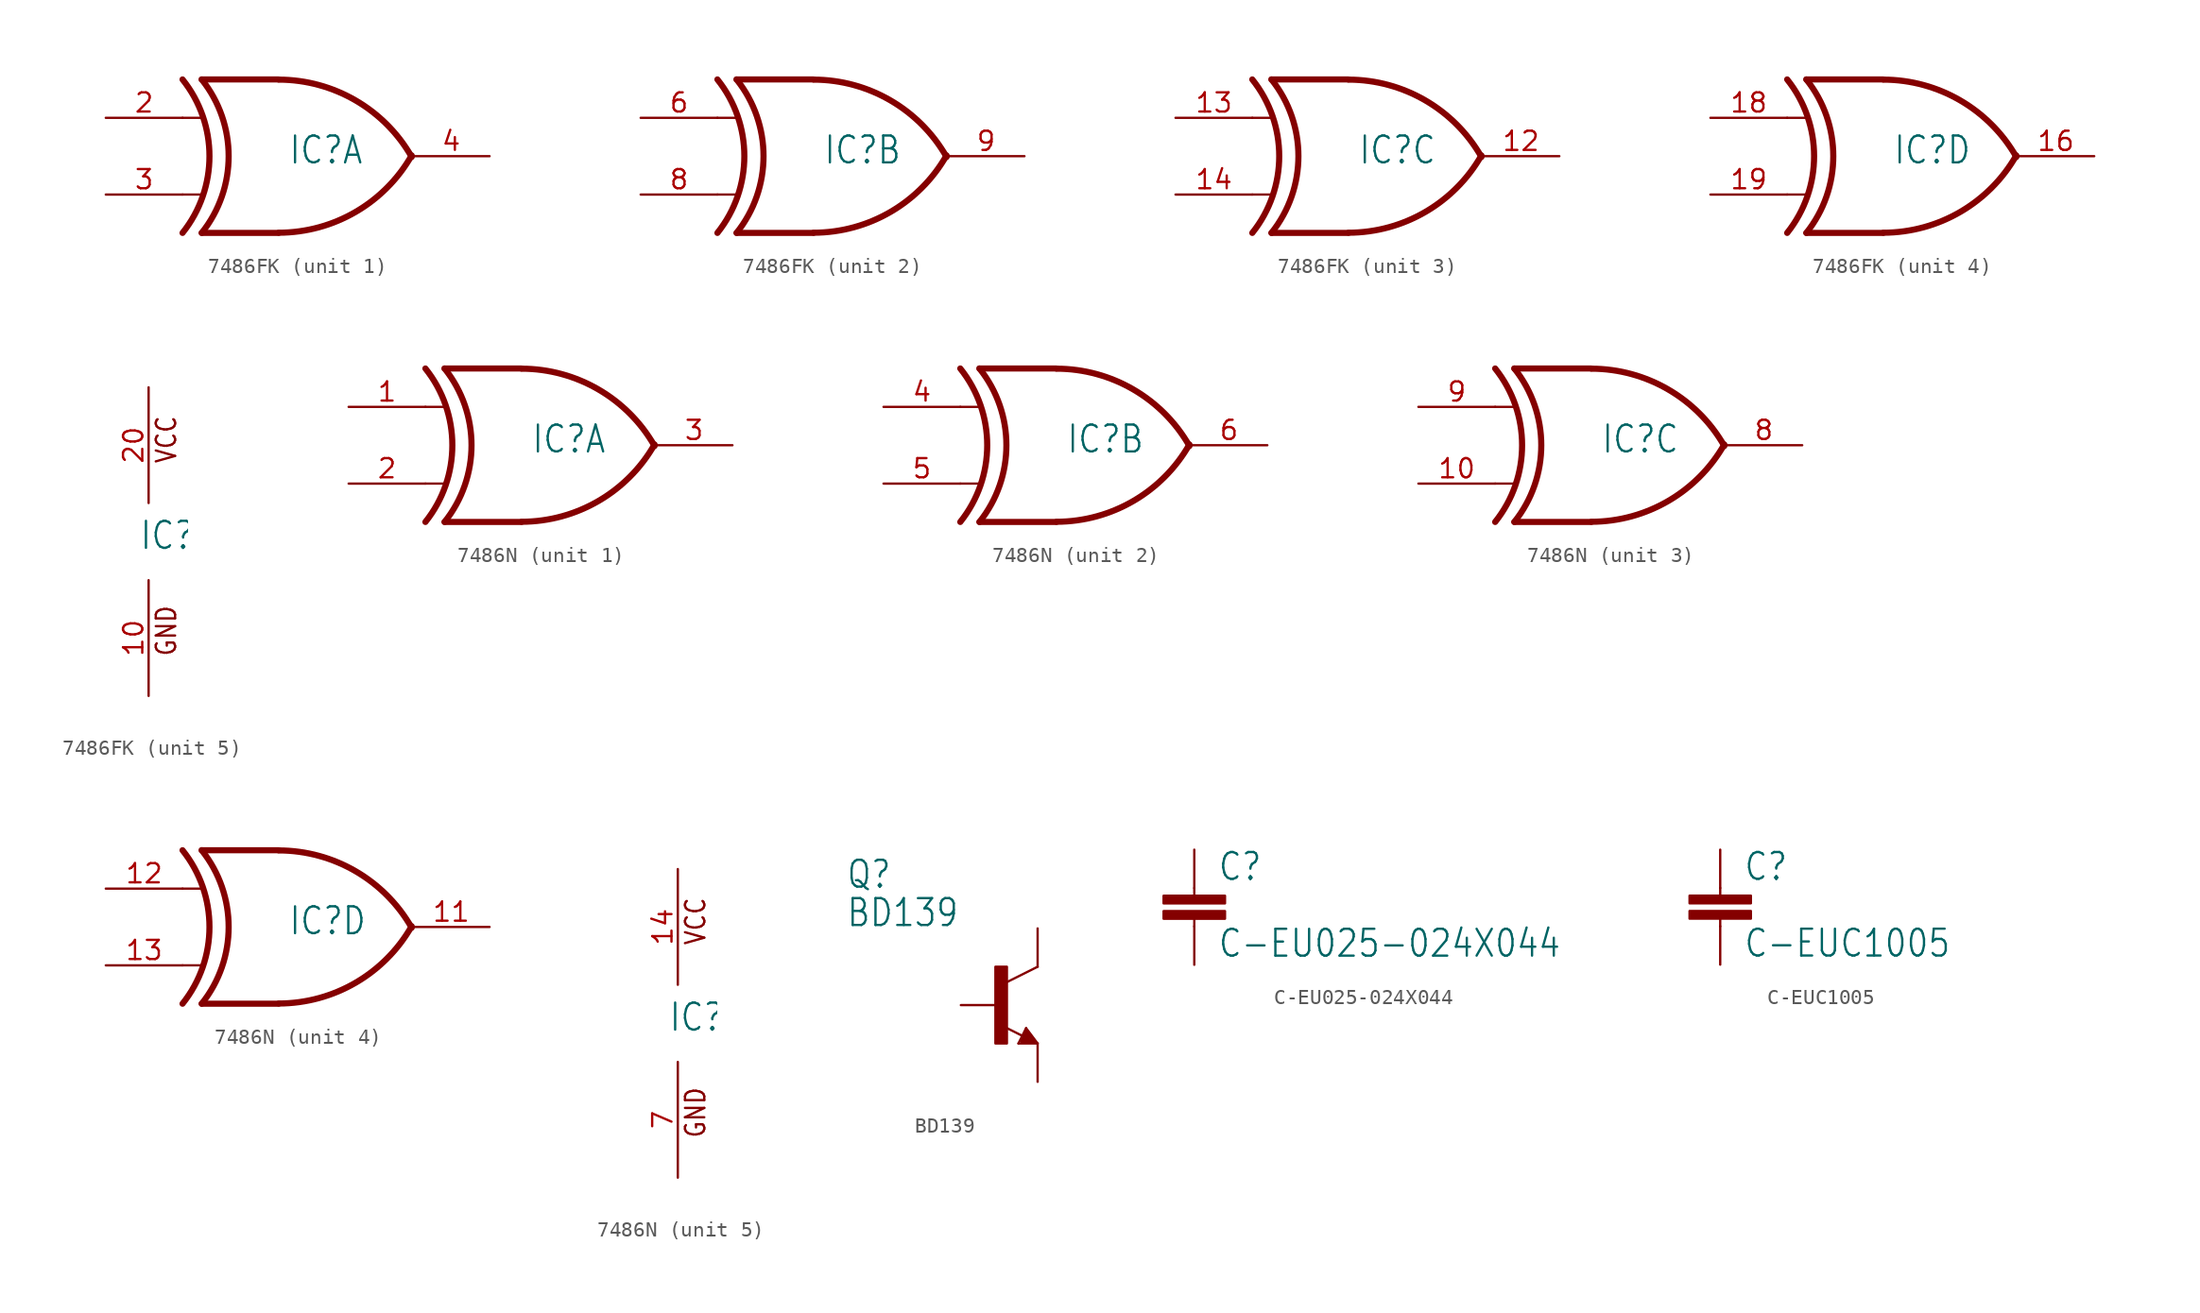
<source format=kicad_sym>
(kicad_symbol_lib
  (version 20220914)
  (generator kicad_symbol_editor)
  (symbol "7486FK"
    (property "Reference" "IC"
      (at -0.635 -0.635 0)
      (effects (font (size 1.778 1.511)) (justify left bottom)))
    (property "ki_locked" ""
      (at 0 0 0)
      (effects (font (size 1.27 1.27))))
    (symbol "7486FK_1_0"
      (arc (start -7.62 -5.08) (mid -5.838 0) (end -7.62 5.08) (stroke (width 0.4064) (type default)) (fill (type none)))
      (arc (start -6.35 -5.08) (mid -4.568 0) (end -6.35 5.08) (stroke (width 0.4064) (type default)) (fill (type none)))
      (arc (start -1.2446 -5.0678) (mid 3.8372 -3.689) (end 7.5439 0.0507) (stroke (width 0.4064) (type default)) (fill (type none)))
      (polyline (pts (xy -7.62 -2.54) (xy -6.35 -2.54)) (stroke (width 0.152) (type default)) (fill (type none)))
      (polyline (pts (xy -7.62 2.54) (xy -6.35 2.54)) (stroke (width 0.152) (type default)) (fill (type none)))
      (polyline (pts (xy -1.27 -5.08) (xy -6.35 -5.08)) (stroke (width 0.406) (type default)) (fill (type none)))
      (polyline (pts (xy -1.27 5.08) (xy -6.35 5.08)) (stroke (width 0.406) (type default)) (fill (type none)))
      (arc (start 7.5442 -0.0505) (mid 3.8373 3.6892) (end -1.2446 5.0678) (stroke (width 0.4064) (type default)) (fill (type none)))
      (pin input line (at -12.7 2.54 0) (length 5.08) (name "I0" (effects (font (size 0 0)))) (number "2" (effects (font (size 1.27 1.27)))))
      (pin input line (at -12.7 -2.54 0) (length 5.08) (name "I1" (effects (font (size 0 0)))) (number "3" (effects (font (size 1.27 1.27)))))
      (pin output line (at 12.7 0 180) (length 5.08) (name "O" (effects (font (size 0 0)))) (number "4" (effects (font (size 1.27 1.27))))))
    (symbol "7486FK_2_0"
      (arc (start -7.62 -5.08) (mid -5.838 0) (end -7.62 5.08) (stroke (width 0.4064) (type default)) (fill (type none)))
      (arc (start -6.35 -5.08) (mid -4.568 0) (end -6.35 5.08) (stroke (width 0.4064) (type default)) (fill (type none)))
      (arc (start -1.2446 -5.0678) (mid 3.8372 -3.689) (end 7.5439 0.0507) (stroke (width 0.4064) (type default)) (fill (type none)))
      (polyline (pts (xy -7.62 -2.54) (xy -6.35 -2.54)) (stroke (width 0.152) (type default)) (fill (type none)))
      (polyline (pts (xy -7.62 2.54) (xy -6.35 2.54)) (stroke (width 0.152) (type default)) (fill (type none)))
      (polyline (pts (xy -1.27 -5.08) (xy -6.35 -5.08)) (stroke (width 0.406) (type default)) (fill (type none)))
      (polyline (pts (xy -1.27 5.08) (xy -6.35 5.08)) (stroke (width 0.406) (type default)) (fill (type none)))
      (arc (start 7.5442 -0.0505) (mid 3.8373 3.6892) (end -1.2446 5.0678) (stroke (width 0.4064) (type default)) (fill (type none)))
      (pin input line (at -12.7 2.54 0) (length 5.08) (name "I0" (effects (font (size 0 0)))) (number "6" (effects (font (size 1.27 1.27)))))
      (pin input line (at -12.7 -2.54 0) (length 5.08) (name "I1" (effects (font (size 0 0)))) (number "8" (effects (font (size 1.27 1.27)))))
      (pin output line (at 12.7 0 180) (length 5.08) (name "O" (effects (font (size 0 0)))) (number "9" (effects (font (size 1.27 1.27))))))
    (symbol "7486FK_3_0"
      (arc (start -7.62 -5.08) (mid -5.838 0) (end -7.62 5.08) (stroke (width 0.4064) (type default)) (fill (type none)))
      (arc (start -6.35 -5.08) (mid -4.568 0) (end -6.35 5.08) (stroke (width 0.4064) (type default)) (fill (type none)))
      (arc (start -1.2446 -5.0678) (mid 3.8372 -3.689) (end 7.5439 0.0507) (stroke (width 0.4064) (type default)) (fill (type none)))
      (polyline (pts (xy -7.62 -2.54) (xy -6.35 -2.54)) (stroke (width 0.152) (type default)) (fill (type none)))
      (polyline (pts (xy -7.62 2.54) (xy -6.35 2.54)) (stroke (width 0.152) (type default)) (fill (type none)))
      (polyline (pts (xy -1.27 -5.08) (xy -6.35 -5.08)) (stroke (width 0.406) (type default)) (fill (type none)))
      (polyline (pts (xy -1.27 5.08) (xy -6.35 5.08)) (stroke (width 0.406) (type default)) (fill (type none)))
      (arc (start 7.5442 -0.0505) (mid 3.8373 3.6892) (end -1.2446 5.0678) (stroke (width 0.4064) (type default)) (fill (type none)))
      (pin output line (at 12.7 0 180) (length 5.08) (name "O" (effects (font (size 0 0)))) (number "12" (effects (font (size 1.27 1.27)))))
      (pin input line (at -12.7 2.54 0) (length 5.08) (name "I0" (effects (font (size 0 0)))) (number "13" (effects (font (size 1.27 1.27)))))
      (pin input line (at -12.7 -2.54 0) (length 5.08) (name "I1" (effects (font (size 0 0)))) (number "14" (effects (font (size 1.27 1.27))))))
    (symbol "7486FK_4_0"
      (arc (start -7.62 -5.08) (mid -5.838 0) (end -7.62 5.08) (stroke (width 0.4064) (type default)) (fill (type none)))
      (arc (start -6.35 -5.08) (mid -4.568 0) (end -6.35 5.08) (stroke (width 0.4064) (type default)) (fill (type none)))
      (arc (start -1.2446 -5.0678) (mid 3.8372 -3.689) (end 7.5439 0.0507) (stroke (width 0.4064) (type default)) (fill (type none)))
      (polyline (pts (xy -7.62 -2.54) (xy -6.35 -2.54)) (stroke (width 0.152) (type default)) (fill (type none)))
      (polyline (pts (xy -7.62 2.54) (xy -6.35 2.54)) (stroke (width 0.152) (type default)) (fill (type none)))
      (polyline (pts (xy -1.27 -5.08) (xy -6.35 -5.08)) (stroke (width 0.406) (type default)) (fill (type none)))
      (polyline (pts (xy -1.27 5.08) (xy -6.35 5.08)) (stroke (width 0.406) (type default)) (fill (type none)))
      (arc (start 7.5442 -0.0505) (mid 3.8373 3.6892) (end -1.2446 5.0678) (stroke (width 0.4064) (type default)) (fill (type none)))
      (pin output line (at 12.7 0 180) (length 5.08) (name "O" (effects (font (size 0 0)))) (number "16" (effects (font (size 1.27 1.27)))))
      (pin input line (at -12.7 2.54 0) (length 5.08) (name "I0" (effects (font (size 0 0)))) (number "18" (effects (font (size 1.27 1.27)))))
      (pin input line (at -12.7 -2.54 0) (length 5.08) (name "I1" (effects (font (size 0 0)))) (number "19" (effects (font (size 1.27 1.27))))))
    (symbol "7486FK_5_0"
      (text "GND" (at 1.905 -7.62 900) (effects (font (size 1.27 1.079)) (justify left bottom)))
      (text "VCC" (at 1.905 5.08 900) (effects (font (size 1.27 1.079)) (justify left bottom)))
      (pin power_in line (at 0 -10.16 90) (length 7.62) (name "GND" (effects (font (size 0 0)))) (number "10" (effects (font (size 1.27 1.27)))))
      (pin power_in line (at 0 10.16 270) (length 7.62) (name "VCC" (effects (font (size 0 0)))) (number "20" (effects (font (size 1.27 1.27)))))))
  (symbol "7486N"
    (property "Reference" "IC"
      (at -0.635 -0.635 0)
      (effects (font (size 1.778 1.511)) (justify left bottom)))
    (property "ki_locked" ""
      (at 0 0 0)
      (effects (font (size 1.27 1.27))))
    (symbol "7486N_1_0"
      (arc (start -7.62 -5.08) (mid -5.838 0) (end -7.62 5.08) (stroke (width 0.4064) (type default)) (fill (type none)))
      (arc (start -6.35 -5.08) (mid -4.568 0) (end -6.35 5.08) (stroke (width 0.4064) (type default)) (fill (type none)))
      (arc (start -1.2446 -5.0678) (mid 3.8372 -3.689) (end 7.5439 0.0507) (stroke (width 0.4064) (type default)) (fill (type none)))
      (polyline (pts (xy -7.62 -2.54) (xy -6.35 -2.54)) (stroke (width 0.152) (type default)) (fill (type none)))
      (polyline (pts (xy -7.62 2.54) (xy -6.35 2.54)) (stroke (width 0.152) (type default)) (fill (type none)))
      (polyline (pts (xy -1.27 -5.08) (xy -6.35 -5.08)) (stroke (width 0.406) (type default)) (fill (type none)))
      (polyline (pts (xy -1.27 5.08) (xy -6.35 5.08)) (stroke (width 0.406) (type default)) (fill (type none)))
      (arc (start 7.5442 -0.0505) (mid 3.8373 3.6892) (end -1.2446 5.0678) (stroke (width 0.4064) (type default)) (fill (type none)))
      (pin input line (at -12.7 2.54 0) (length 5.08) (name "I0" (effects (font (size 0 0)))) (number "1" (effects (font (size 1.27 1.27)))))
      (pin input line (at -12.7 -2.54 0) (length 5.08) (name "I1" (effects (font (size 0 0)))) (number "2" (effects (font (size 1.27 1.27)))))
      (pin output line (at 12.7 0 180) (length 5.08) (name "O" (effects (font (size 0 0)))) (number "3" (effects (font (size 1.27 1.27))))))
    (symbol "7486N_2_0"
      (arc (start -7.62 -5.08) (mid -5.838 0) (end -7.62 5.08) (stroke (width 0.4064) (type default)) (fill (type none)))
      (arc (start -6.35 -5.08) (mid -4.568 0) (end -6.35 5.08) (stroke (width 0.4064) (type default)) (fill (type none)))
      (arc (start -1.2446 -5.0678) (mid 3.8372 -3.689) (end 7.5439 0.0507) (stroke (width 0.4064) (type default)) (fill (type none)))
      (polyline (pts (xy -7.62 -2.54) (xy -6.35 -2.54)) (stroke (width 0.152) (type default)) (fill (type none)))
      (polyline (pts (xy -7.62 2.54) (xy -6.35 2.54)) (stroke (width 0.152) (type default)) (fill (type none)))
      (polyline (pts (xy -1.27 -5.08) (xy -6.35 -5.08)) (stroke (width 0.406) (type default)) (fill (type none)))
      (polyline (pts (xy -1.27 5.08) (xy -6.35 5.08)) (stroke (width 0.406) (type default)) (fill (type none)))
      (arc (start 7.5442 -0.0505) (mid 3.8373 3.6892) (end -1.2446 5.0678) (stroke (width 0.4064) (type default)) (fill (type none)))
      (pin input line (at -12.7 2.54 0) (length 5.08) (name "I0" (effects (font (size 0 0)))) (number "4" (effects (font (size 1.27 1.27)))))
      (pin input line (at -12.7 -2.54 0) (length 5.08) (name "I1" (effects (font (size 0 0)))) (number "5" (effects (font (size 1.27 1.27)))))
      (pin output line (at 12.7 0 180) (length 5.08) (name "O" (effects (font (size 0 0)))) (number "6" (effects (font (size 1.27 1.27))))))
    (symbol "7486N_3_0"
      (arc (start -7.62 -5.08) (mid -5.838 0) (end -7.62 5.08) (stroke (width 0.4064) (type default)) (fill (type none)))
      (arc (start -6.35 -5.08) (mid -4.568 0) (end -6.35 5.08) (stroke (width 0.4064) (type default)) (fill (type none)))
      (arc (start -1.2446 -5.0678) (mid 3.8372 -3.689) (end 7.5439 0.0507) (stroke (width 0.4064) (type default)) (fill (type none)))
      (polyline (pts (xy -7.62 -2.54) (xy -6.35 -2.54)) (stroke (width 0.152) (type default)) (fill (type none)))
      (polyline (pts (xy -7.62 2.54) (xy -6.35 2.54)) (stroke (width 0.152) (type default)) (fill (type none)))
      (polyline (pts (xy -1.27 -5.08) (xy -6.35 -5.08)) (stroke (width 0.406) (type default)) (fill (type none)))
      (polyline (pts (xy -1.27 5.08) (xy -6.35 5.08)) (stroke (width 0.406) (type default)) (fill (type none)))
      (arc (start 7.5442 -0.0505) (mid 3.8373 3.6892) (end -1.2446 5.0678) (stroke (width 0.4064) (type default)) (fill (type none)))
      (pin input line (at -12.7 -2.54 0) (length 5.08) (name "I1" (effects (font (size 0 0)))) (number "10" (effects (font (size 1.27 1.27)))))
      (pin output line (at 12.7 0 180) (length 5.08) (name "O" (effects (font (size 0 0)))) (number "8" (effects (font (size 1.27 1.27)))))
      (pin input line (at -12.7 2.54 0) (length 5.08) (name "I0" (effects (font (size 0 0)))) (number "9" (effects (font (size 1.27 1.27))))))
    (symbol "7486N_4_0"
      (arc (start -7.62 -5.08) (mid -5.838 0) (end -7.62 5.08) (stroke (width 0.4064) (type default)) (fill (type none)))
      (arc (start -6.35 -5.08) (mid -4.568 0) (end -6.35 5.08) (stroke (width 0.4064) (type default)) (fill (type none)))
      (arc (start -1.2446 -5.0678) (mid 3.8372 -3.689) (end 7.5439 0.0507) (stroke (width 0.4064) (type default)) (fill (type none)))
      (polyline (pts (xy -7.62 -2.54) (xy -6.35 -2.54)) (stroke (width 0.152) (type default)) (fill (type none)))
      (polyline (pts (xy -7.62 2.54) (xy -6.35 2.54)) (stroke (width 0.152) (type default)) (fill (type none)))
      (polyline (pts (xy -1.27 -5.08) (xy -6.35 -5.08)) (stroke (width 0.406) (type default)) (fill (type none)))
      (polyline (pts (xy -1.27 5.08) (xy -6.35 5.08)) (stroke (width 0.406) (type default)) (fill (type none)))
      (arc (start 7.5442 -0.0505) (mid 3.8373 3.6892) (end -1.2446 5.0678) (stroke (width 0.4064) (type default)) (fill (type none)))
      (pin output line (at 12.7 0 180) (length 5.08) (name "O" (effects (font (size 0 0)))) (number "11" (effects (font (size 1.27 1.27)))))
      (pin input line (at -12.7 2.54 0) (length 5.08) (name "I0" (effects (font (size 0 0)))) (number "12" (effects (font (size 1.27 1.27)))))
      (pin input line (at -12.7 -2.54 0) (length 5.08) (name "I1" (effects (font (size 0 0)))) (number "13" (effects (font (size 1.27 1.27))))))
    (symbol "7486N_5_0"
      (text "GND" (at 1.905 -7.62 900) (effects (font (size 1.27 1.079)) (justify left bottom)))
      (text "VCC" (at 1.905 5.08 900) (effects (font (size 1.27 1.079)) (justify left bottom)))
      (pin power_in line (at 0 10.16 270) (length 7.62) (name "VCC" (effects (font (size 0 0)))) (number "14" (effects (font (size 1.27 1.27)))))
      (pin power_in line (at 0 -10.16 90) (length 7.62) (name "GND" (effects (font (size 0 0)))) (number "7" (effects (font (size 1.27 1.27)))))))
  (symbol "BD139"
    (property "Reference" "Q"
      (at -10.16 7.62 0)
      (effects (font (size 1.778 1.511)) (justify left bottom)))
    (property "Value" "BD139"
      (at -10.16 5.08 0)
      (effects (font (size 1.778 1.511)) (justify left bottom)))
    (symbol "BD139_1_0"
      (rectangle (start -0.254 -2.54) (end 0.508 2.54) (stroke (width 0) (type default)) (fill (type outline)))
      (polyline (pts (xy 1.27 -2.54) (xy 1.778 -1.524)) (stroke (width 0.152) (type default)) (fill (type none)))
      (polyline (pts (xy 1.524 -2.413) (xy 2.286 -2.413)) (stroke (width 0.254) (type default)) (fill (type none)))
      (polyline (pts (xy 1.524 -2.286) (xy 1.905 -2.286)) (stroke (width 0.254) (type default)) (fill (type none)))
      (polyline (pts (xy 1.54 -2.04) (xy 0.308 -1.424)) (stroke (width 0.152) (type default)) (fill (type none)))
      (polyline (pts (xy 1.778 -1.778) (xy 1.524 -2.286)) (stroke (width 0.254) (type default)) (fill (type none)))
      (polyline (pts (xy 1.778 -1.524) (xy 2.54 -2.54)) (stroke (width 0.152) (type default)) (fill (type none)))
      (polyline (pts (xy 1.905 -2.286) (xy 1.778 -2.032)) (stroke (width 0.254) (type default)) (fill (type none)))
      (polyline (pts (xy 2.286 -2.413) (xy 1.778 -1.778)) (stroke (width 0.254) (type default)) (fill (type none)))
      (polyline (pts (xy 2.54 -2.54) (xy 1.27 -2.54)) (stroke (width 0.152) (type default)) (fill (type none)))
      (polyline (pts (xy 2.54 2.54) (xy 0.508 1.524)) (stroke (width 0.152) (type default)) (fill (type none)))
      (pin passive line (at 2.54 -5.08 90) (length 2.54) (name "E" (effects (font (size 0 0)))) (number "1" (effects (font (size 0 0)))))
      (pin passive line (at 2.54 5.08 270) (length 2.54) (name "C" (effects (font (size 0 0)))) (number "2" (effects (font (size 0 0)))))
      (pin passive line (at -2.54 0 0) (length 2.54) (name "B" (effects (font (size 0 0)))) (number "3" (effects (font (size 0 0)))))))
  (symbol "C-EU025-024X044"
    (property "Reference" "C"
      (at 1.524 0.381 0)
      (effects (font (size 1.778 1.511)) (justify left bottom)))
    (property "Value" "C-EU025-024X044"
      (at 1.524 -4.699 0)
      (effects (font (size 1.778 1.511)) (justify left bottom)))
    (property "ki_locked" ""
      (at 0 0 0)
      (effects (font (size 1.27 1.27))))
    (symbol "C-EU025-024X044_1_0"
      (rectangle (start -2.032 -2.032) (end 2.032 -1.524) (stroke (width 0) (type default)) (fill (type outline)))
      (rectangle (start -2.032 -1.016) (end 2.032 -0.508) (stroke (width 0) (type default)) (fill (type outline)))
      (polyline (pts (xy 0 -2.54) (xy 0 -2.032)) (stroke (width 0.152) (type default)) (fill (type none)))
      (polyline (pts (xy 0 0) (xy 0 -0.508)) (stroke (width 0.152) (type default)) (fill (type none)))
      (pin passive line (at 0 2.54 270) (length 2.54) (name "+" (effects (font (size 0 0)))) (number "+" (effects (font (size 0 0)))))
      (pin passive line (at 0 -5.08 90) (length 2.54) (name "-" (effects (font (size 0 0)))) (number "-" (effects (font (size 0 0)))))))
  (symbol "C-EUC1005"
    (property "Reference" "C"
      (at 1.524 0.381 0)
      (effects (font (size 1.778 1.511)) (justify left bottom)))
    (property "Value" "C-EUC1005"
      (at 1.524 -4.699 0)
      (effects (font (size 1.778 1.511)) (justify left bottom)))
    (property "ki_locked" ""
      (at 0 0 0)
      (effects (font (size 1.27 1.27))))
    (symbol "C-EUC1005_1_0"
      (rectangle (start -2.032 -2.032) (end 2.032 -1.524) (stroke (width 0) (type default)) (fill (type outline)))
      (rectangle (start -2.032 -1.016) (end 2.032 -0.508) (stroke (width 0) (type default)) (fill (type outline)))
      (polyline (pts (xy 0 -2.54) (xy 0 -2.032)) (stroke (width 0.152) (type default)) (fill (type none)))
      (polyline (pts (xy 0 0) (xy 0 -0.508)) (stroke (width 0.152) (type default)) (fill (type none)))
      (pin passive line (at 0 2.54 270) (length 2.54) (name "1" (effects (font (size 0 0)))) (number "1" (effects (font (size 0 0)))))
      (pin passive line (at 0 -5.08 90) (length 2.54) (name "2" (effects (font (size 0 0)))) (number "2" (effects (font (size 0 0))))))))
</source>
